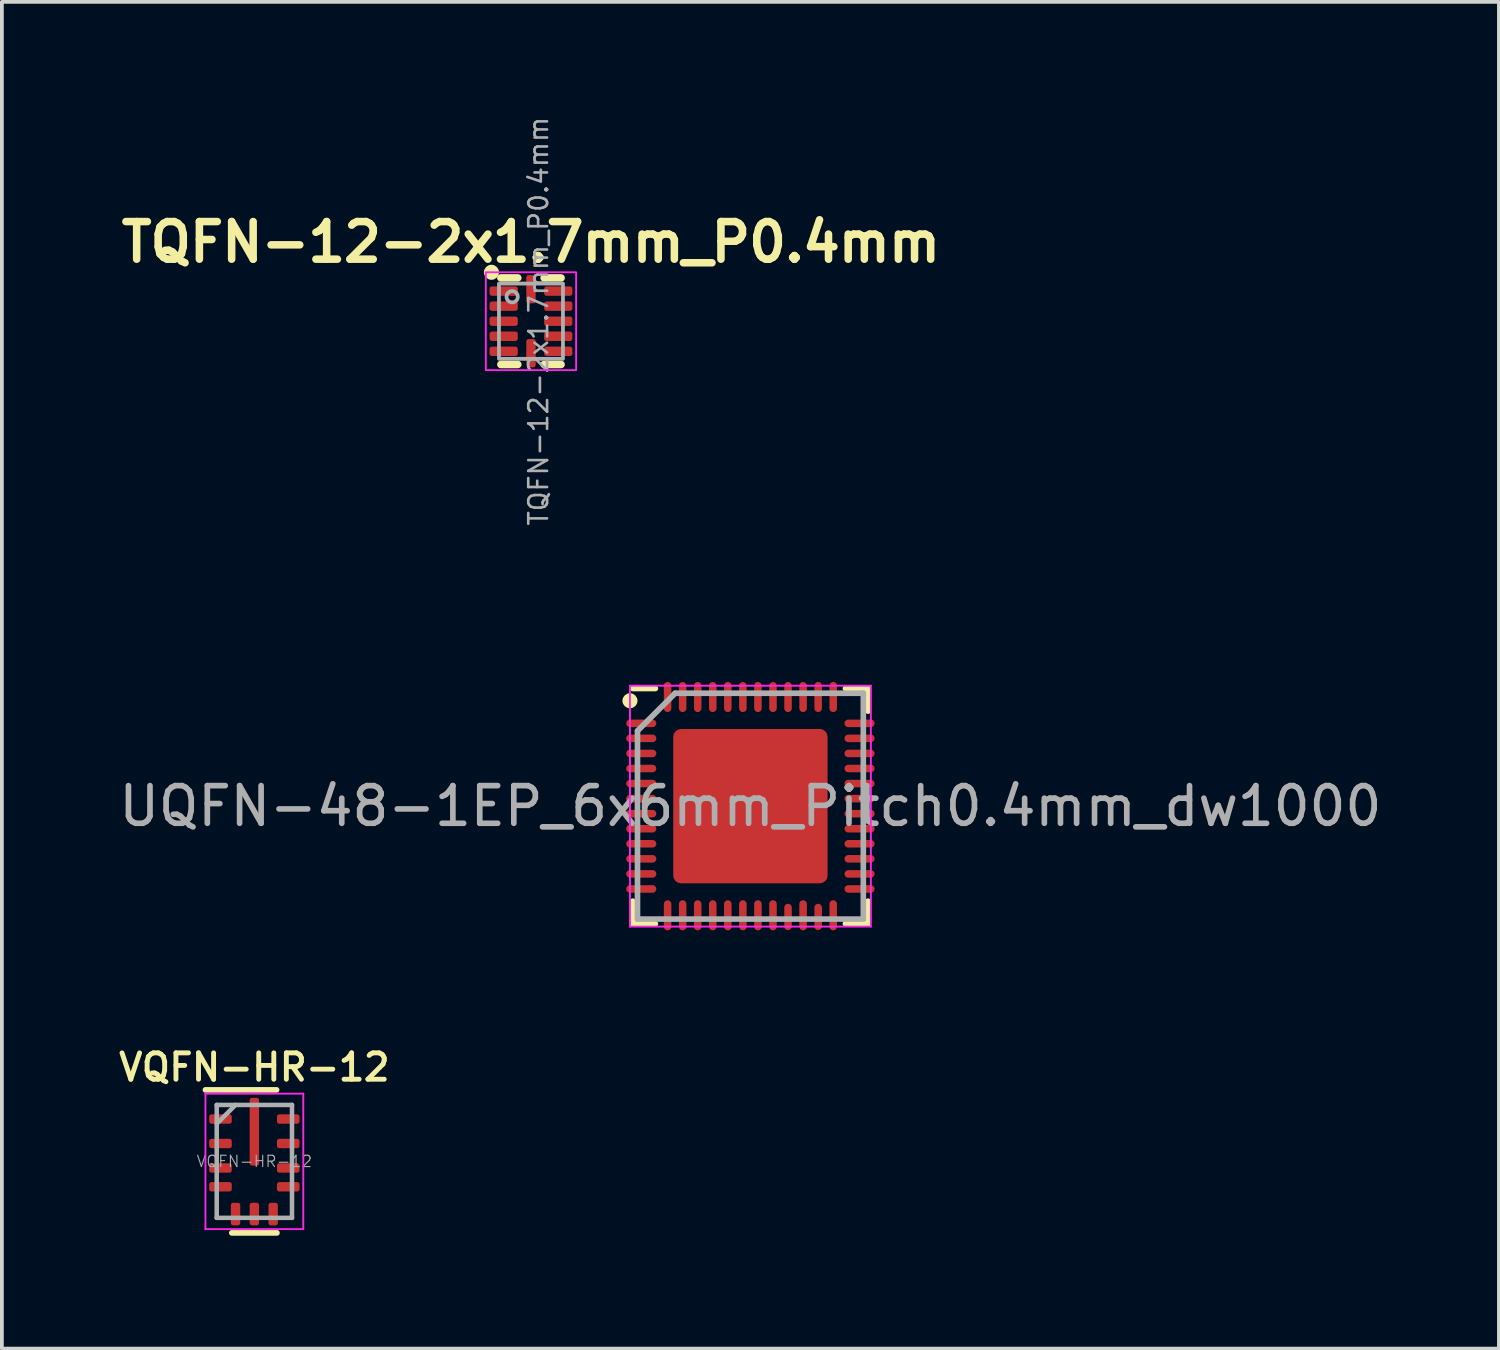
<source format=kicad_pcb>
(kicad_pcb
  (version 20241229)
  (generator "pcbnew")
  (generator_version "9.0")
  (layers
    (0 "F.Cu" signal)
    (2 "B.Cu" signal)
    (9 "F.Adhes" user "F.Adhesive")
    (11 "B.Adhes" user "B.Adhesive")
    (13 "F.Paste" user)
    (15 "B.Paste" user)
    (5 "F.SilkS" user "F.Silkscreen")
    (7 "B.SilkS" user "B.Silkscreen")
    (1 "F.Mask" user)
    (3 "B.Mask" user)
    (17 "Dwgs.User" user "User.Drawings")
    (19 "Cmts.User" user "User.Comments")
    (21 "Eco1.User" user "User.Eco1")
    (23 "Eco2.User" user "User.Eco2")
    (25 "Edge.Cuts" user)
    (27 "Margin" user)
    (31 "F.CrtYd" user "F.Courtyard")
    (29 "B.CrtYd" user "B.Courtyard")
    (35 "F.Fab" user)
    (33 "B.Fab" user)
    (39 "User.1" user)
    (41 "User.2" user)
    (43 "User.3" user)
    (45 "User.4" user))
  (footprint "VQFN-HR-12"
    (layer "F.Cu")
    (at 3.708 27.806)
    (property "Reference" "VQFN-HR-12" (at 0 -2.5 0) (layer "F.SilkS") (effects (font (size 0.7 0.7) (thickness 0.13))))
    (attr smd)
    (fp_line (start 0.59 -1.9) (end -1.3 -1.9) (stroke (width 0.15) (type solid)) (layer "F.SilkS"))
    (fp_line (start 0.6 1.9) (end -0.6 1.9) (stroke (width 0.15) (type solid)) (layer "F.SilkS"))
    (fp_line (start -1.3 -1.8) (end 1.3 -1.8) (stroke (width 0.05) (type solid)) (layer "F.CrtYd"))
    (fp_line (start -1.3 1.8) (end -1.3 -1.8) (stroke (width 0.05) (type solid)) (layer "F.CrtYd"))
    (fp_line (start 1.3 -1.8) (end 1.3 1.8) (stroke (width 0.05) (type solid)) (layer "F.CrtYd"))
    (fp_line (start 1.3 1.8) (end -1.3 1.8) (stroke (width 0.05) (type solid)) (layer "F.CrtYd"))
    (fp_line (start -1 -1.5) (end 1 -1.5) (stroke (width 0.12) (type solid)) (layer "F.Fab"))
    (fp_line (start -1 -1) (end -0.5 -1.5) (stroke (width 0.12) (type solid)) (layer "F.Fab"))
    (fp_line (start -1 1.5) (end -1 -1.5) (stroke (width 0.12) (type solid)) (layer "F.Fab"))
    (fp_line (start 1 -1.5) (end 1 1.5) (stroke (width 0.12) (type solid)) (layer "F.Fab"))
    (fp_line (start 1 1.5) (end -1 1.5) (stroke (width 0.12) (type solid)) (layer "F.Fab"))
    (fp_text user "${REFERENCE}" (at 0 0 0) (layer "F.Fab") (effects (font (size 0.3 0.3) (thickness 0.03))))
    (pad "1" smd roundrect (at -0.9 -1.125 90) (size 0.25 0.6) (layers "F.Cu" "F.Mask" "F.Paste") (roundrect_rratio 0.25))
    (pad "2" smd roundrect (at -0.9 -0.475 90) (size 0.25 0.6) (layers "F.Cu" "F.Mask" "F.Paste") (roundrect_rratio 0.25))
    (pad "3" smd roundrect (at -0.9 0.175 90) (size 0.25 0.6) (layers "F.Cu" "F.Mask" "F.Paste") (roundrect_rratio 0.25))
    (pad "4" smd roundrect (at -0.9 0.675 90) (size 0.25 0.6) (layers "F.Cu" "F.Mask" "F.Paste") (roundrect_rratio 0.25))
    (pad "5" smd roundrect (at -0.5 1.4 180) (size 0.25 0.6) (layers "F.Cu" "F.Mask" "F.Paste") (roundrect_rratio 0.25))
    (pad "6" smd roundrect (at 0 1.4 180) (size 0.25 0.6) (layers "F.Cu" "F.Mask" "F.Paste") (roundrect_rratio 0.25))
    (pad "7" smd roundrect (at 0.5 1.4 180) (size 0.25 0.6) (layers "F.Cu" "F.Mask" "F.Paste") (roundrect_rratio 0.25))
    (pad "8" smd roundrect (at 0.9 0.675 270) (size 0.25 0.6) (layers "F.Cu" "F.Mask" "F.Paste") (roundrect_rratio 0.25))
    (pad "9" smd roundrect (at 0.9 0.175 270) (size 0.25 0.6) (layers "F.Cu" "F.Mask" "F.Paste") (roundrect_rratio 0.25))
    (pad "10" smd roundrect (at 0.9 -0.475 270) (size 0.25 0.6) (layers "F.Cu" "F.Mask" "F.Paste") (roundrect_rratio 0.25))
    (pad "11" smd roundrect (at 0.9 -1.125 270) (size 0.25 0.6) (layers "F.Cu" "F.Mask" "F.Paste") (roundrect_rratio 0.25))
    (pad "12" smd roundrect (at 0 -0.788) (size 0.25 1.8) (layers "F.Cu" "F.Mask" "F.Paste") (roundrect_rratio 0.25)))
  (footprint "UQFN-48-1EP_6x6mm_Pitch0.4mm_dw1000"
    (layer "F.Cu")
    (at 16.887 18.368)
    (property "Reference" "UQFN-48-1EP_6x6mm_Pitch0.4mm_dw1000" (at 0 -4.4 0) (layer "F.SilkS") (effects (font (size 0.001 0.001) (thickness 0.00025))))
    (attr smd)
    (fp_line (start -3.125 -3.125) (end -2.525 -3.125) (stroke (width 0.15) (type solid)) (layer "F.SilkS"))
    (fp_line (start -3.125 3.125) (end -3.125 2.525) (stroke (width 0.15) (type solid)) (layer "F.SilkS"))
    (fp_line (start -3.125 3.125) (end -2.525 3.125) (stroke (width 0.15) (type solid)) (layer "F.SilkS"))
    (fp_line (start 3.125 -3.125) (end 2.525 -3.125) (stroke (width 0.15) (type solid)) (layer "F.SilkS"))
    (fp_line (start 3.125 -3.125) (end 3.125 -2.525) (stroke (width 0.15) (type solid)) (layer "F.SilkS"))
    (fp_line (start 3.125 3.125) (end 2.525 3.125) (stroke (width 0.15) (type solid)) (layer "F.SilkS"))
    (fp_line (start 3.125 3.125) (end 3.125 2.525) (stroke (width 0.15) (type solid)) (layer "F.SilkS"))
    (fp_circle (center -3.2 -2.8) (end -3.1 -2.8) (stroke (width 0.2) (type solid)) (fill no) (layer "F.SilkS"))
    (fp_line (start -3.2 -3.2) (end -3.2 3.2) (stroke (width 0.05) (type solid)) (layer "F.CrtYd"))
    (fp_line (start -3.2 -3.2) (end 3.2 -3.2) (stroke (width 0.05) (type solid)) (layer "F.CrtYd"))
    (fp_line (start -3.2 3.2) (end 3.2 3.2) (stroke (width 0.05) (type solid)) (layer "F.CrtYd"))
    (fp_line (start 3.2 -3.2) (end 3.2 3.2) (stroke (width 0.05) (type solid)) (layer "F.CrtYd"))
    (fp_line (start -3 -2) (end -2 -3) (stroke (width 0.15) (type solid)) (layer "F.Fab"))
    (fp_line (start -3 3) (end -3 -2) (stroke (width 0.15) (type solid)) (layer "F.Fab"))
    (fp_line (start -2 -3) (end 3 -3) (stroke (width 0.15) (type solid)) (layer "F.Fab"))
    (fp_line (start 3 -3) (end 3 3) (stroke (width 0.15) (type solid)) (layer "F.Fab"))
    (fp_line (start 3 3) (end -3 3) (stroke (width 0.15) (type solid)) (layer "F.Fab"))
    (fp_text user "${REFERENCE}" (at 0 0 0) (layer "F.Fab") (effects (font (size 1 1) (thickness 0.15))))
    (pad "1" smd oval (at -2.9 -2.2) (size 0.8 0.2) (layers "F.Cu" "F.Mask" "F.Paste"))
    (pad "2" smd oval (at -2.9 -1.8) (size 0.8 0.2) (layers "F.Cu" "F.Mask" "F.Paste"))
    (pad "3" smd oval (at -2.9 -1.4) (size 0.8 0.2) (layers "F.Cu" "F.Mask" "F.Paste"))
    (pad "4" smd oval (at -2.9 -1) (size 0.8 0.2) (layers "F.Cu" "F.Mask" "F.Paste"))
    (pad "5" smd oval (at -2.9 -0.6) (size 0.8 0.2) (layers "F.Cu" "F.Mask" "F.Paste"))
    (pad "6" smd oval (at -2.9 -0.2) (size 0.8 0.2) (layers "F.Cu" "F.Mask" "F.Paste"))
    (pad "7" smd oval (at -2.9 0.2) (size 0.8 0.2) (layers "F.Cu" "F.Mask" "F.Paste"))
    (pad "8" smd oval (at -2.9 0.6) (size 0.8 0.2) (layers "F.Cu" "F.Mask" "F.Paste"))
    (pad "9" smd oval (at -2.9 1) (size 0.8 0.2) (layers "F.Cu" "F.Mask" "F.Paste"))
    (pad "10" smd oval (at -2.9 1.4) (size 0.8 0.2) (layers "F.Cu" "F.Mask" "F.Paste"))
    (pad "11" smd oval (at -2.9 1.8) (size 0.8 0.2) (layers "F.Cu" "F.Mask" "F.Paste"))
    (pad "12" smd oval (at -2.9 2.2) (size 0.8 0.2) (layers "F.Cu" "F.Mask" "F.Paste"))
    (pad "13" smd oval (at -2.2 2.9 90) (size 0.8 0.2) (layers "F.Cu" "F.Mask" "F.Paste"))
    (pad "14" smd oval (at -1.8 2.9 90) (size 0.8 0.2) (layers "F.Cu" "F.Mask" "F.Paste"))
    (pad "15" smd oval (at -1.4 2.9 90) (size 0.8 0.2) (layers "F.Cu" "F.Mask" "F.Paste"))
    (pad "16" smd oval (at -1 2.9 90) (size 0.8 0.2) (layers "F.Cu" "F.Mask" "F.Paste"))
    (pad "17" smd oval (at -0.6 2.9 90) (size 0.8 0.2) (layers "F.Cu" "F.Mask" "F.Paste"))
    (pad "18" smd oval (at -0.2 2.9 90) (size 0.8 0.2) (layers "F.Cu" "F.Mask" "F.Paste"))
    (pad "19" smd oval (at 0.2 2.9 90) (size 0.8 0.2) (layers "F.Cu" "F.Mask" "F.Paste"))
    (pad "20" smd oval (at 0.6 2.9 90) (size 0.8 0.2) (layers "F.Cu" "F.Mask" "F.Paste"))
    (pad "21" smd oval (at 1 2.944 90) (size 0.7 0.2) (layers "F.Cu" "F.Mask" "F.Paste"))
    (pad "22" smd oval (at 1.4 2.9 90) (size 0.8 0.2) (layers "F.Cu" "F.Mask" "F.Paste"))
    (pad "23" smd oval (at 1.8 2.944 90) (size 0.7 0.2) (layers "F.Cu" "F.Mask" "F.Paste"))
    (pad "24" smd oval (at 2.2 2.9 90) (size 0.8 0.2) (layers "F.Cu" "F.Mask" "F.Paste"))
    (pad "25" smd oval (at 2.9 2.2) (size 0.8 0.2) (layers "F.Cu" "F.Mask" "F.Paste"))
    (pad "26" smd oval (at 2.9 1.8) (size 0.8 0.2) (layers "F.Cu" "F.Mask" "F.Paste"))
    (pad "27" smd oval (at 2.9 1.4) (size 0.8 0.2) (layers "F.Cu" "F.Mask" "F.Paste"))
    (pad "28" smd oval (at 2.9 1) (size 0.8 0.2) (layers "F.Cu" "F.Mask" "F.Paste"))
    (pad "29" smd oval (at 2.9 0.6) (size 0.8 0.2) (layers "F.Cu" "F.Mask" "F.Paste"))
    (pad "30" smd oval (at 2.9 0.2) (size 0.8 0.2) (layers "F.Cu" "F.Mask" "F.Paste"))
    (pad "31" smd oval (at 2.9 -0.2) (size 0.8 0.2) (layers "F.Cu" "F.Mask" "F.Paste"))
    (pad "32" smd oval (at 2.9 -0.6) (size 0.8 0.2) (layers "F.Cu" "F.Mask" "F.Paste"))
    (pad "33" smd oval (at 2.9 -1) (size 0.8 0.2) (layers "F.Cu" "F.Mask" "F.Paste"))
    (pad "34" smd oval (at 2.9 -1.4) (size 0.8 0.2) (layers "F.Cu" "F.Mask" "F.Paste"))
    (pad "35" smd oval (at 2.9 -1.8) (size 0.8 0.2) (layers "F.Cu" "F.Mask" "F.Paste"))
    (pad "36" smd oval (at 2.9 -2.2) (size 0.8 0.2) (layers "F.Cu" "F.Mask" "F.Paste"))
    (pad "37" smd oval (at 2.2 -2.9 90) (size 0.8 0.2) (layers "F.Cu" "F.Mask" "F.Paste"))
    (pad "38" smd oval (at 1.8 -2.9 90) (size 0.8 0.2) (layers "F.Cu" "F.Mask" "F.Paste"))
    (pad "39" smd oval (at 1.4 -2.9 90) (size 0.8 0.2) (layers "F.Cu" "F.Mask" "F.Paste"))
    (pad "40" smd oval (at 1 -2.9 90) (size 0.8 0.2) (layers "F.Cu" "F.Mask" "F.Paste"))
    (pad "41" smd oval (at 0.6 -2.9 90) (size 0.8 0.2) (layers "F.Cu" "F.Mask" "F.Paste"))
    (pad "42" smd oval (at 0.2 -2.9 90) (size 0.8 0.2) (layers "F.Cu" "F.Mask" "F.Paste"))
    (pad "43" smd oval (at -0.2 -2.9 90) (size 0.8 0.2) (layers "F.Cu" "F.Mask" "F.Paste"))
    (pad "44" smd oval (at -0.6 -2.9 90) (size 0.8 0.2) (layers "F.Cu" "F.Mask" "F.Paste"))
    (pad "45" smd oval (at -1 -2.9 90) (size 0.8 0.2) (layers "F.Cu" "F.Mask" "F.Paste"))
    (pad "46" smd oval (at -1.4 -2.9 90) (size 0.8 0.2) (layers "F.Cu" "F.Mask" "F.Paste"))
    (pad "47" smd oval (at -1.8 -2.9 90) (size 0.8 0.2) (layers "F.Cu" "F.Mask" "F.Paste"))
    (pad "48" smd oval (at -2.2 -2.9 90) (size 0.8 0.2) (layers "F.Cu" "F.Mask" "F.Paste"))
    (pad "49" smd rect (at -0.75 -0.75 90) (size 1.1 1.1) (layers "F.Cu" "F.Mask" "F.Paste"))
    (pad "49" smd rect (at -0.75 0.75 90) (size 1.1 1.1) (layers "F.Cu" "F.Mask" "F.Paste"))
    (pad "49" smd roundrect (at 0 0) (size 4.1 4.1) (layers "F.Cu" "F.Mask") (roundrect_rratio 0.05))
    (pad "49" smd rect (at 0.75 -0.75 90) (size 1.1 1.1) (layers "F.Cu" "F.Mask" "F.Paste"))
    (pad "49" smd rect (at 0.75 0.75 90) (size 1.1 1.1) (layers "F.Cu" "F.Mask" "F.Paste")))
  (footprint "TQFN-12-2x1.7mm_P0.4mm"
    (layer "F.Cu")
    (at 11.057 5.484)
    (property "Reference" "TQFN-12-2x1.7mm_P0.4mm" (at 0 -2.1 0) (unlocked yes) (layer "F.SilkS") (effects (font (size 1 1) (thickness 0.2) (bold yes))))
    (attr smd)
    (fp_line (start -0.35 -1.15) (end -0.8 -1.15) (stroke (width 0.2) (type default)) (layer "F.SilkS"))
    (fp_line (start -0.35 1.15) (end -0.8 1.15) (stroke (width 0.2) (type default)) (layer "F.SilkS"))
    (fp_line (start 0.8 -1.15) (end 0.35 -1.15) (stroke (width 0.2) (type default)) (layer "F.SilkS"))
    (fp_line (start 0.8 1.15) (end 0.35 1.15) (stroke (width 0.2) (type default)) (layer "F.SilkS"))
    (fp_circle (center -1.05 -1.3) (end -0.95 -1.3) (stroke (width 0.2) (type default)) (fill no) (layer "F.SilkS"))
    (fp_rect (start -1.2 -1.3) (end 1.2 1.3) (stroke (width 0.05) (type default)) (fill no) (layer "F.CrtYd"))
    (fp_rect (start -0.85 -1) (end 0.85 1) (stroke (width 0.1) (type default)) (fill no) (layer "F.Fab"))
    (fp_circle (center -0.5 -0.65) (end -0.35 -0.65) (stroke (width 0.1) (type solid)) (fill no) (layer "F.Fab"))
    (fp_text user "${REFERENCE}" (at 0.2 0 90) (unlocked yes) (layer "F.Fab") (effects (font (size 0.5 0.5) (thickness 0.07))))
    (pad "1" smd roundrect (at -0.725 -0.8) (size 0.75 0.25) (layers "F.Cu" "F.Mask" "F.Paste") (roundrect_rratio 0.25))
    (pad "2" smd roundrect (at -0.725 -0.4) (size 0.75 0.25) (layers "F.Cu" "F.Mask" "F.Paste") (roundrect_rratio 0.25))
    (pad "3" smd roundrect (at -0.725 0) (size 0.75 0.25) (layers "F.Cu" "F.Mask" "F.Paste") (roundrect_rratio 0.25))
    (pad "4" smd roundrect (at -0.725 0.4) (size 0.75 0.25) (layers "F.Cu" "F.Mask" "F.Paste") (roundrect_rratio 0.25))
    (pad "5" smd roundrect (at -0.725 0.8) (size 0.75 0.25) (layers "F.Cu" "F.Mask" "F.Paste") (roundrect_rratio 0.25))
    (pad "6" smd roundrect (at 0 0.85 90) (size 0.75 0.25) (layers "F.Cu" "F.Mask" "F.Paste") (roundrect_rratio 0.25))
    (pad "7" smd roundrect (at 0.725 0.8) (size 0.75 0.25) (layers "F.Cu" "F.Mask" "F.Paste") (roundrect_rratio 0.25))
    (pad "8" smd roundrect (at 0.725 0.4) (size 0.75 0.25) (layers "F.Cu" "F.Mask" "F.Paste") (roundrect_rratio 0.25))
    (pad "9" smd roundrect (at 0.725 0) (size 0.75 0.25) (layers "F.Cu" "F.Mask" "F.Paste") (roundrect_rratio 0.25))
    (pad "10" smd roundrect (at 0.725 -0.4) (size 0.75 0.25) (layers "F.Cu" "F.Mask" "F.Paste") (roundrect_rratio 0.25))
    (pad "11" smd roundrect (at 0.725 -0.8) (size 0.75 0.25) (layers "F.Cu" "F.Mask" "F.Paste") (roundrect_rratio 0.25))
    (pad "12" smd roundrect (at 0 -0.85 90) (size 0.75 0.25) (layers "F.Cu" "F.Mask" "F.Paste") (roundrect_rratio 0.25)))
  (gr_rect
    (start -3 -3)
    (end 36.774 32.781)
    (stroke (width 0.1) (type default))
    (fill no)
    (layer "Edge.Cuts")))
</source>
